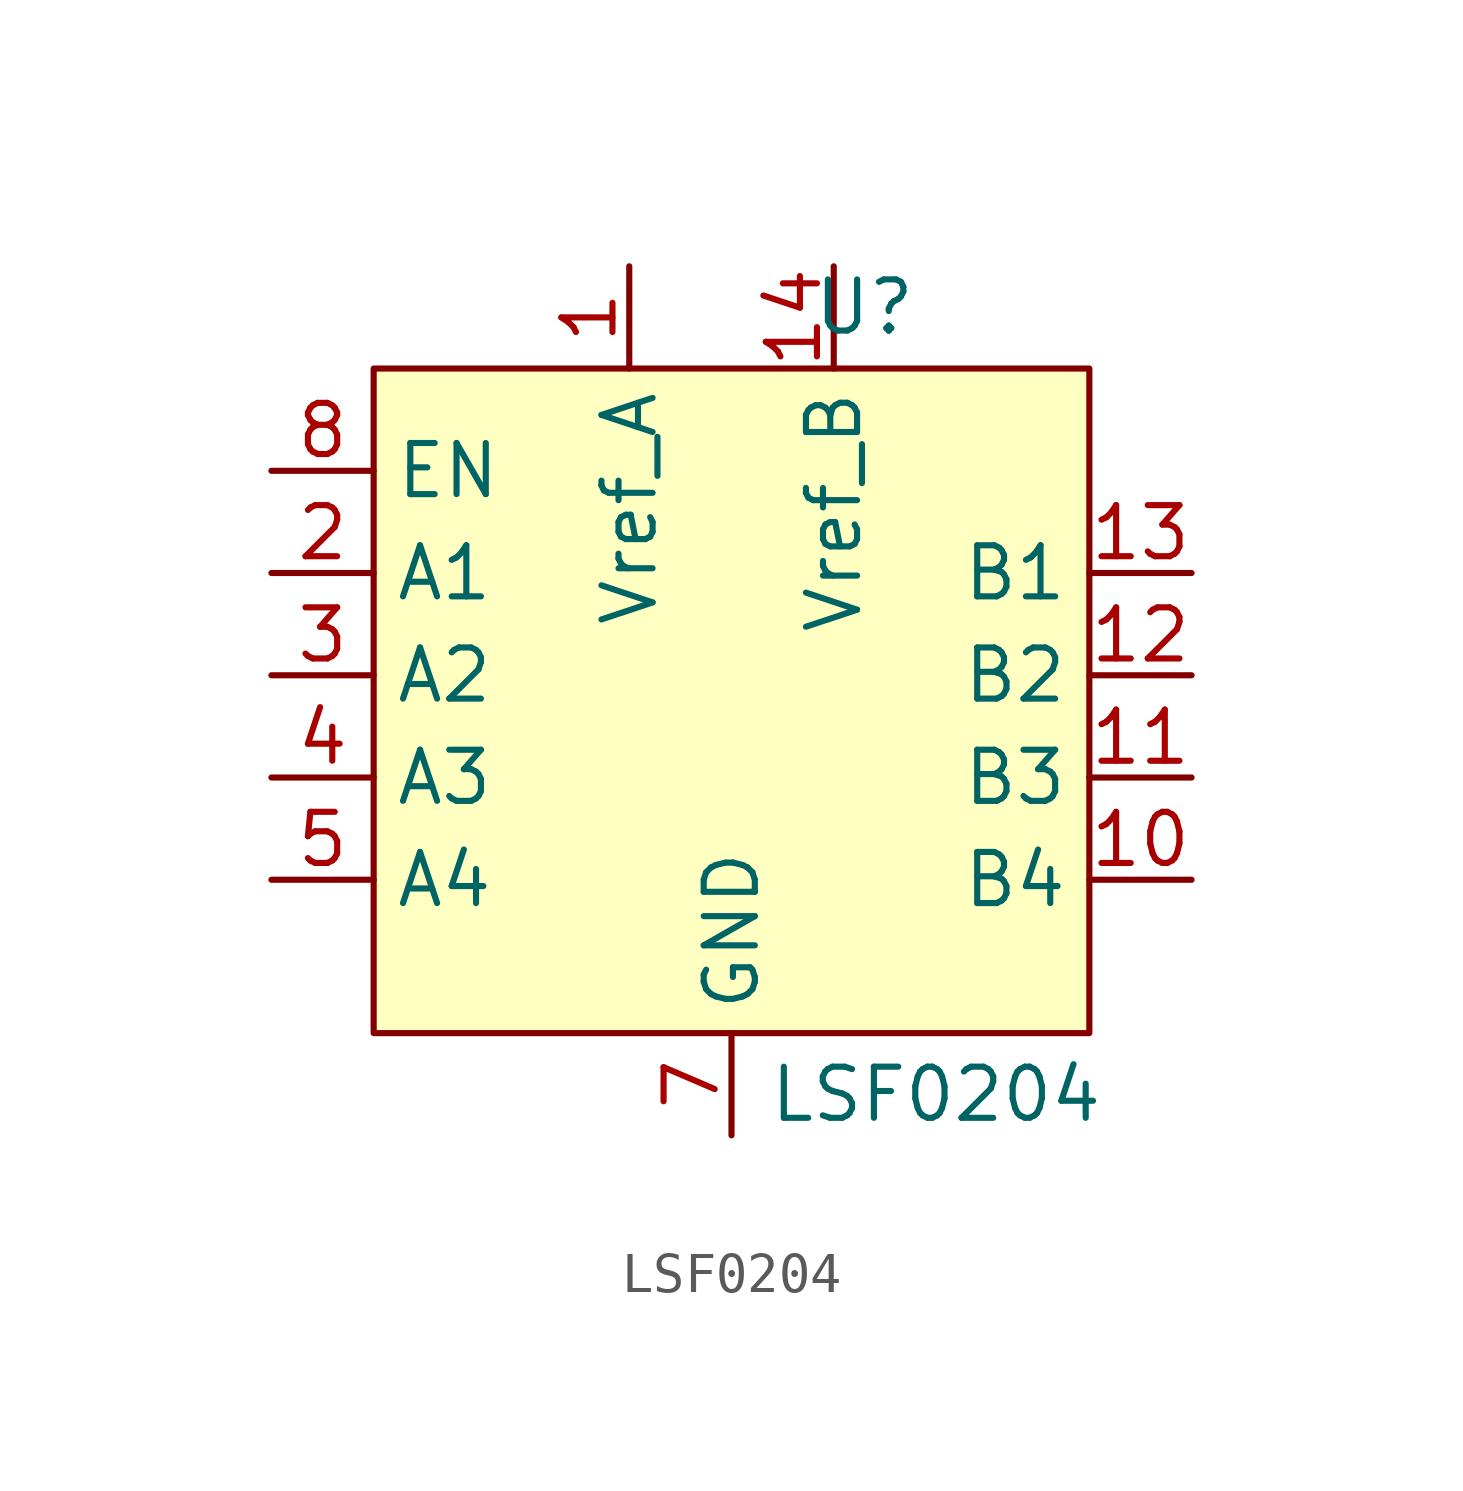
<source format=kicad_sym>
(kicad_symbol_lib
  (version 20231120)
  (generator "kicad_symbol_editor")
  (generator_version "8.0")
  (symbol "LSF0204"
    (property "Reference" "U"
      (at 3.302 5.334 0)
      (effects (font (size 1.27 1.27))))
    (property "Value" "LSF0204"
      (at 5.08 -14.224 0)
      (effects (font (size 1.27 1.27))))
    (symbol "LSF0204_1_1"
      (rectangle (start -8.89 3.81) (end 8.89 -12.7) (stroke (width 0) (type default)) (fill (type background)))
      (pin power_in line (at -2.54 6.35 270) (length 2.54) (name "Vref_A" (effects (font (size 1.27 1.27)))) (number "1" (effects (font (size 1.27 1.27)))))
      (pin bidirectional line (at 11.43 -8.89 180) (length 2.54) (name "B4" (effects (font (size 1.27 1.27)))) (number "10" (effects (font (size 1.27 1.27)))))
      (pin bidirectional line (at 11.43 -6.35 180) (length 2.54) (name "B3" (effects (font (size 1.27 1.27)))) (number "11" (effects (font (size 1.27 1.27)))))
      (pin bidirectional line (at 11.43 -3.81 180) (length 2.54) (name "B2" (effects (font (size 1.27 1.27)))) (number "12" (effects (font (size 1.27 1.27)))))
      (pin bidirectional line (at 11.43 -1.27 180) (length 2.54) (name "B1" (effects (font (size 1.27 1.27)))) (number "13" (effects (font (size 1.27 1.27)))))
      (pin power_in line (at 2.54 6.35 270) (length 2.54) (name "Vref_B" (effects (font (size 1.27 1.27)))) (number "14" (effects (font (size 1.27 1.27)))))
      (pin bidirectional line (at -11.43 -1.27 0) (length 2.54) (name "A1" (effects (font (size 1.27 1.27)))) (number "2" (effects (font (size 1.27 1.27)))))
      (pin bidirectional line (at -11.43 -3.81 0) (length 2.54) (name "A2" (effects (font (size 1.27 1.27)))) (number "3" (effects (font (size 1.27 1.27)))))
      (pin bidirectional line (at -11.43 -6.35 0) (length 2.54) (name "A3" (effects (font (size 1.27 1.27)))) (number "4" (effects (font (size 1.27 1.27)))))
      (pin bidirectional line (at -11.43 -8.89 0) (length 2.54) (name "A4" (effects (font (size 1.27 1.27)))) (number "5" (effects (font (size 1.27 1.27)))))
      (pin power_in line (at 0 -15.24 90) (length 2.54) (name "GND" (effects (font (size 1.27 1.27)))) (number "7" (effects (font (size 1.27 1.27)))))
      (pin input line (at -11.43 1.27 0) (length 2.54) (name "EN" (effects (font (size 1.27 1.27)))) (number "8" (effects (font (size 1.27 1.27))))))))
</source>
